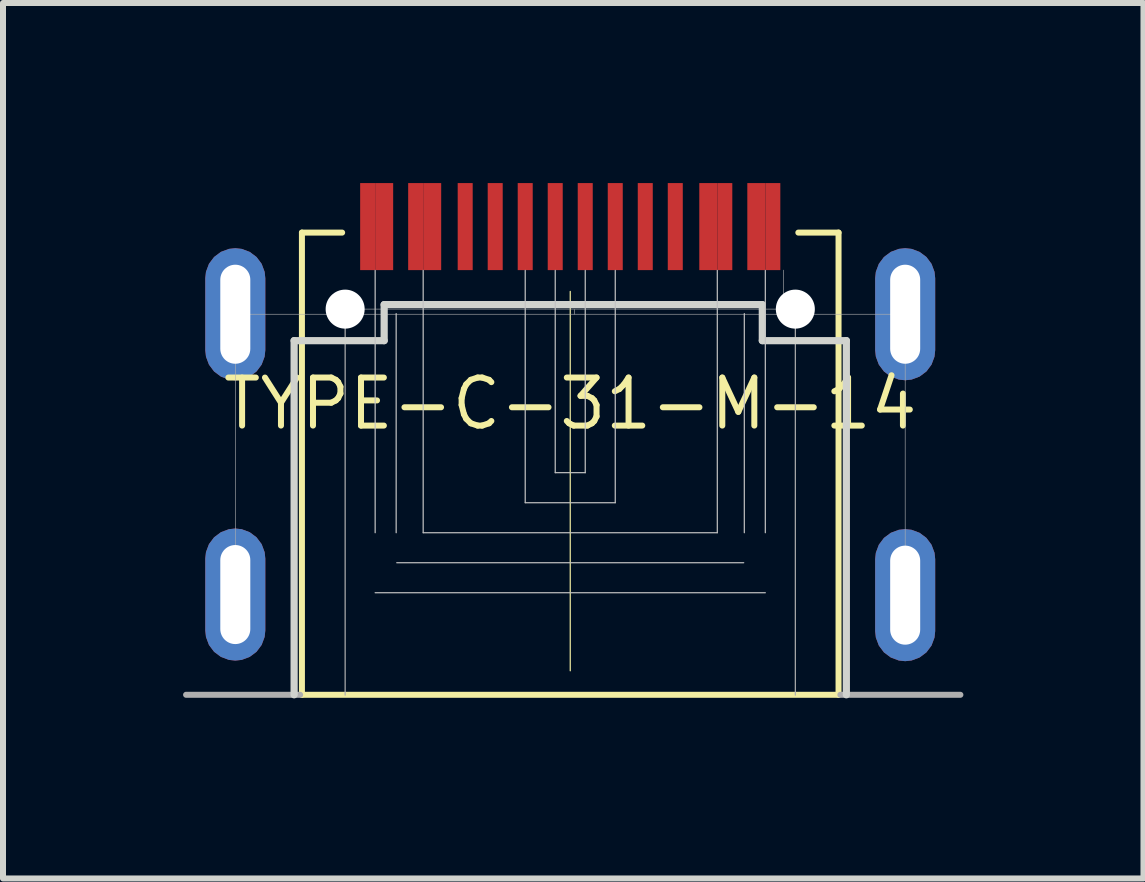
<source format=kicad_pcb>
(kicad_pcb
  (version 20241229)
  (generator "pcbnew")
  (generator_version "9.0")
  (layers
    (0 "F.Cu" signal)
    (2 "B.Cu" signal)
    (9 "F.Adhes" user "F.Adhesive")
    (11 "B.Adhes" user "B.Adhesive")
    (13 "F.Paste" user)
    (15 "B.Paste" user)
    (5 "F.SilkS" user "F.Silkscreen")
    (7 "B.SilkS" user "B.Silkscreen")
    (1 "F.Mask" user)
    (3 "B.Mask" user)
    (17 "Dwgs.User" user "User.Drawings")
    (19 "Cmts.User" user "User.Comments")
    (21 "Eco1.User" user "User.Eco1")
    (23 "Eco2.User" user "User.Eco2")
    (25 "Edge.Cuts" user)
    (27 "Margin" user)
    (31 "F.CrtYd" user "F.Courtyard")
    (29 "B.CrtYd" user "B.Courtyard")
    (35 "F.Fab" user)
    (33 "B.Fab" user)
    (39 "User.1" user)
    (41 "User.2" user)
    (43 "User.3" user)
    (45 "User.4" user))
  (footprint "TYPE-C-31-M-14"
    (layer "F.Cu")
    (at 6.45 5.825)
    (property "Reference" "TYPE-C-31-M-14" (at 0 -2.15 180) (layer "F.SilkS") (effects (font (size 0.8 0.8) (thickness 0.1))))
    (attr smd)
    (fp_line (start -4.47 -5) (end -4.47 2.7) (stroke (width 0.1) (type solid)) (layer "F.SilkS"))
    (fp_line (start -3.8 -5) (end -4.47 -5) (stroke (width 0.1) (type solid)) (layer "F.SilkS"))
    (fp_line (start 0 -4.02) (end 0 2.3) (stroke (width 0.02) (type solid)) (layer "F.SilkS"))
    (fp_line (start 3.8 -5) (end 4.47 -5) (stroke (width 0.1) (type solid)) (layer "F.SilkS"))
    (fp_line (start 4.47 -5) (end 4.47 2.7) (stroke (width 0.1) (type solid)) (layer "F.SilkS"))
    (fp_line (start 4.47 2.7) (end -4.47 2.7) (stroke (width 0.1) (type solid)) (layer "F.SilkS"))
    (fp_line (start -3.25 -4.37) (end -3.25 0) (stroke (width 0.02) (type solid)) (layer "Dwgs.User"))
    (fp_line (start -3.25 1) (end 3.25 1) (stroke (width 0.02) (type solid)) (layer "Dwgs.User"))
    (fp_line (start -2.9 -3.65) (end -2.9 0) (stroke (width 0.02) (type solid)) (layer "Dwgs.User"))
    (fp_line (start -2.89 0.5) (end 2.89 0.5) (stroke (width 0.02) (type solid)) (layer "Dwgs.User"))
    (fp_line (start -2.45 -4.37) (end -2.45 0) (stroke (width 0.02) (type solid)) (layer "Dwgs.User"))
    (fp_line (start -2.45 0) (end 2.45 0) (stroke (width 0.02) (type solid)) (layer "Dwgs.User"))
    (fp_line (start -0.75 -4.37) (end -0.75 -0.5) (stroke (width 0.02) (type solid)) (layer "Dwgs.User"))
    (fp_line (start -0.75 -0.5) (end 0.75 -0.5) (stroke (width 0.02) (type solid)) (layer "Dwgs.User"))
    (fp_line (start -0.25 -4.37) (end -0.25 -1) (stroke (width 0.02) (type solid)) (layer "Dwgs.User"))
    (fp_line (start -0.25 -1) (end 0.25 -1) (stroke (width 0.02) (type solid)) (layer "Dwgs.User"))
    (fp_line (start 0.25 -4.37) (end 0.25 -1) (stroke (width 0.02) (type solid)) (layer "Dwgs.User"))
    (fp_line (start 0.75 -4.37) (end 0.75 -0.5) (stroke (width 0.02) (type solid)) (layer "Dwgs.User"))
    (fp_line (start 2.45 -4.37) (end 2.45 0) (stroke (width 0.02) (type solid)) (layer "Dwgs.User"))
    (fp_line (start 2.9 -3.65) (end 2.9 0) (stroke (width 0.02) (type solid)) (layer "Dwgs.User"))
    (fp_line (start 3.25 -4.37) (end 3.25 0) (stroke (width 0.02) (type solid)) (layer "Dwgs.User"))
    (fp_line (start -4.6 -3.2) (end -4.6 2.7) (stroke (width 0.12) (type solid)) (layer "Edge.Cuts"))
    (fp_line (start -3.1 -3.8) (end -3.1 -3.2) (stroke (width 0.12) (type solid)) (layer "Edge.Cuts"))
    (fp_line (start -3.1 -3.2) (end -4.6 -3.2) (stroke (width 0.12) (type solid)) (layer "Edge.Cuts"))
    (fp_line (start 3.2 -3.8) (end -3.1 -3.8) (stroke (width 0.12) (type solid)) (layer "Edge.Cuts"))
    (fp_line (start 3.2 -3.2) (end 3.2 -3.8) (stroke (width 0.12) (type solid)) (layer "Edge.Cuts"))
    (fp_line (start 4.6 -3.2) (end 3.2 -3.2) (stroke (width 0.12) (type solid)) (layer "Edge.Cuts"))
    (fp_line (start 4.6 2.7) (end 4.6 -3.2) (stroke (width 0.12) (type solid)) (layer "Edge.Cuts"))
    (fp_line (start -5.58 -3.64) (end -5.58 1.04) (stroke (width 0.01) (type solid)) (layer "F.Fab"))
    (fp_line (start -5.575 -3.64) (end 0 -3.64) (stroke (width 0.01) (type solid)) (layer "F.Fab"))
    (fp_line (start -4.5 2.7) (end -6.4 2.7) (stroke (width 0.1) (type solid)) (layer "F.Fab"))
    (fp_line (start -3.75 -3.725) (end -3.75 2.705) (stroke (width 0.02) (type solid)) (layer "F.Fab"))
    (fp_line (start -3.75 -3.725) (end 0 -3.725) (stroke (width 0.01) (type solid)) (layer "F.Fab"))
    (fp_line (start 0 -3.725) (end 3.75 -3.725) (stroke (width 0.01) (type solid)) (layer "F.Fab"))
    (fp_line (start 0 -3.64) (end 5.575 -3.64) (stroke (width 0.01) (type solid)) (layer "F.Fab"))
    (fp_line (start 0.07 -3.72) (end 0.07 -3.64) (stroke (width 0.01) (type solid)) (layer "F.Fab"))
    (fp_line (start 3.55 -4.375) (end 3.55 -3.725) (stroke (width 0.01) (type solid)) (layer "F.Fab"))
    (fp_line (start 3.75 -3.725) (end 3.75 2.705) (stroke (width 0.02) (type solid)) (layer "F.Fab"))
    (fp_line (start 4.5 2.7) (end 6.5 2.7) (stroke (width 0.1) (type solid)) (layer "F.Fab"))
    (fp_line (start 5.58 -3.64) (end 5.58 1.04) (stroke (width 0.01) (type solid)) (layer "F.Fab"))
    (pad "" np_thru_hole circle (at -3.75 -3.725) (size 0.65 0.65) (drill 0.65) (layers "*.Cu" "*.Mask"))
    (pad "" np_thru_hole circle (at 3.75 -3.725) (size 0.65 0.65) (drill 0.65) (layers "*.Cu" "*.Mask"))
    (pad "A1" smd rect (at -3.375 -5.1) (size 0.25 1.45) (layers "F.Cu" "F.Mask" "F.Paste"))
    (pad "A4" smd rect (at -2.575 -5.1) (size 0.25 1.45) (layers "F.Cu" "F.Mask" "F.Paste"))
    (pad "A5" smd rect (at -1.25 -5.1) (size 0.25 1.45) (layers "F.Cu" "F.Mask" "F.Paste"))
    (pad "A6" smd rect (at -0.25 -5.1) (size 0.25 1.45) (layers "F.Cu" "F.Mask" "F.Paste"))
    (pad "A7" smd rect (at 0.25 -5.1) (size 0.25 1.45) (layers "F.Cu" "F.Mask" "F.Paste"))
    (pad "A8" smd rect (at 1.25 -5.1) (size 0.25 1.45) (layers "F.Cu" "F.Mask" "F.Paste"))
    (pad "A9" smd rect (at 2.575 -5.1) (size 0.25 1.45) (layers "F.Cu" "F.Mask" "F.Paste"))
    (pad "A12" smd rect (at 3.375 -5.1) (size 0.25 1.45) (layers "F.Cu" "F.Mask" "F.Paste"))
    (pad "B1" smd rect (at 3.1 -5.1) (size 0.3 1.45) (layers "F.Cu" "F.Mask" "F.Paste"))
    (pad "B4" smd rect (at 2.3 -5.1) (size 0.3 1.45) (layers "F.Cu" "F.Mask" "F.Paste"))
    (pad "B5" smd rect (at 1.75 -5.1) (size 0.25 1.45) (layers "F.Cu" "F.Mask" "F.Paste"))
    (pad "B6" smd rect (at 0.75 -5.1) (size 0.25 1.45) (layers "F.Cu" "F.Mask" "F.Paste"))
    (pad "B7" smd rect (at -0.75 -5.1) (size 0.25 1.45) (layers "F.Cu" "F.Mask" "F.Paste"))
    (pad "B8" smd rect (at -1.75 -5.1) (size 0.25 1.45) (layers "F.Cu" "F.Mask" "F.Paste"))
    (pad "B9" smd rect (at -2.3 -5.1) (size 0.3 1.45) (layers "F.Cu" "F.Mask" "F.Paste"))
    (pad "B12" smd rect (at -3.1 -5.1) (size 0.3 1.45) (layers "F.Cu" "F.Mask" "F.Paste"))
    (pad "S1" thru_hole roundrect (at -5.58 -3.64) (size 1 2.2) (drill oval 0.5 1.65) (layers "*.Cu" "*.Mask") (roundrect_rratio 0.5))
    (pad "S1" thru_hole roundrect (at -5.58 1.03) (size 1 2.2) (drill oval 0.5 1.65) (layers "*.Cu" "*.Mask") (roundrect_rratio 0.5))
    (pad "S1" thru_hole roundrect (at 5.58 -3.64) (size 1 2.2) (drill oval 0.5 1.65) (layers "*.Cu" "*.Mask") (roundrect_rratio 0.5))
    (pad "S1" thru_hole roundrect (at 5.58 1.04) (size 1 2.2) (drill oval 0.5 1.65) (layers "*.Cu" "*.Mask") (roundrect_rratio 0.5)))
  (gr_rect
    (start -3 -3)
    (end 16 11.585)
    (stroke (width 0.1) (type default))
    (fill no)
    (layer "Edge.Cuts")))
</source>
